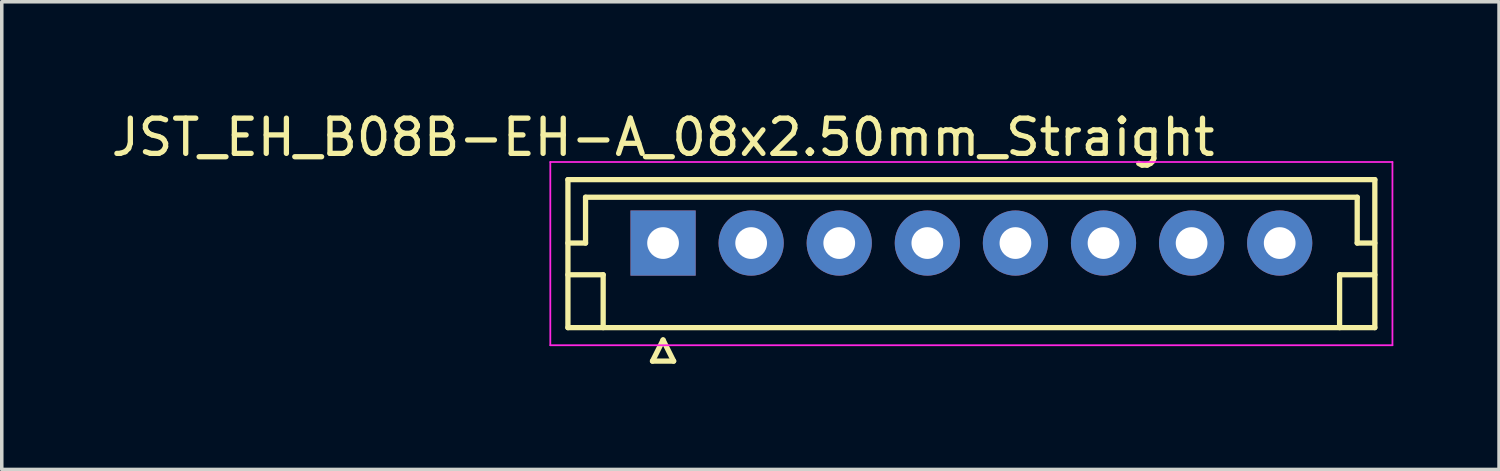
<source format=kicad_pcb>
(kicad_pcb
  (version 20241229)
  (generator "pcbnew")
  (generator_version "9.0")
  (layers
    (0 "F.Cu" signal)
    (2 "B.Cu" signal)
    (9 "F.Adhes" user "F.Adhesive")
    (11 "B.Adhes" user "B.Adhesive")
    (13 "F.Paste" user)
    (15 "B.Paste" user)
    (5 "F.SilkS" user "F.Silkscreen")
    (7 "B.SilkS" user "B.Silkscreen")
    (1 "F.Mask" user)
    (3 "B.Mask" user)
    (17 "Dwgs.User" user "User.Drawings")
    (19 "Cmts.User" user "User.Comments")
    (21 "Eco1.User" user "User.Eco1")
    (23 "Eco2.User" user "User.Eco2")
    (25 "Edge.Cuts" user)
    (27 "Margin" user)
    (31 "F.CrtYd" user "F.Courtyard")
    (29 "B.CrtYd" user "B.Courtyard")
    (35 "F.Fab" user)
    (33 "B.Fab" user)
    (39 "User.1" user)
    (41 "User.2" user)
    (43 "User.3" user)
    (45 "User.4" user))
  (footprint "JST_EH_B08B-EH-A_08x2.50mm_Straight"
    (layer "F.Cu")
    (at 15.768 3.848)
    (property "Reference" "JST_EH_B08B-EH-A_08x2.50mm_Straight" (at 0 -3 0) (layer "F.SilkS") (effects (font (size 1 1) (thickness 0.15))))
    (attr through_hole)
    (fp_line (start -2.7 -1.8) (end -2.7 2.4) (stroke (width 0.15) (type solid)) (layer "F.SilkS"))
    (fp_line (start -2.7 0) (end -2.2 0) (stroke (width 0.15) (type solid)) (layer "F.SilkS"))
    (fp_line (start -2.7 0.9) (end -1.7 0.9) (stroke (width 0.15) (type solid)) (layer "F.SilkS"))
    (fp_line (start -2.7 2.4) (end 20.2 2.4) (stroke (width 0.15) (type solid)) (layer "F.SilkS"))
    (fp_line (start -2.2 -1.3) (end 19.7 -1.3) (stroke (width 0.15) (type solid)) (layer "F.SilkS"))
    (fp_line (start -2.2 0) (end -2.2 -1.3) (stroke (width 0.15) (type solid)) (layer "F.SilkS"))
    (fp_line (start -1.7 0.9) (end -1.7 2.4) (stroke (width 0.15) (type solid)) (layer "F.SilkS"))
    (fp_line (start -0.3 3.35) (end 0.3 3.35) (stroke (width 0.15) (type solid)) (layer "F.SilkS"))
    (fp_line (start 0 2.75) (end -0.3 3.35) (stroke (width 0.15) (type solid)) (layer "F.SilkS"))
    (fp_line (start 0.3 3.35) (end 0 2.75) (stroke (width 0.15) (type solid)) (layer "F.SilkS"))
    (fp_line (start 19.2 0.9) (end 19.2 2.4) (stroke (width 0.15) (type solid)) (layer "F.SilkS"))
    (fp_line (start 19.7 -1.3) (end 19.7 0) (stroke (width 0.15) (type solid)) (layer "F.SilkS"))
    (fp_line (start 19.7 0) (end 20.2 0) (stroke (width 0.15) (type solid)) (layer "F.SilkS"))
    (fp_line (start 20.2 -1.8) (end -2.7 -1.8) (stroke (width 0.15) (type solid)) (layer "F.SilkS"))
    (fp_line (start 20.2 0.9) (end 19.2 0.9) (stroke (width 0.15) (type solid)) (layer "F.SilkS"))
    (fp_line (start 20.2 2.4) (end 20.2 -1.8) (stroke (width 0.15) (type solid)) (layer "F.SilkS"))
    (fp_line (start -3.2 -2.3) (end -3.2 2.9) (stroke (width 0.05) (type solid)) (layer "F.CrtYd"))
    (fp_line (start -3.2 2.9) (end 20.7 2.9) (stroke (width 0.05) (type solid)) (layer "F.CrtYd"))
    (fp_line (start 20.7 -2.3) (end -3.2 -2.3) (stroke (width 0.05) (type solid)) (layer "F.CrtYd"))
    (fp_line (start 20.7 2.9) (end 20.7 -2.3) (stroke (width 0.05) (type solid)) (layer "F.CrtYd"))
    (pad "1" thru_hole rect (at 0 0) (size 1.85 1.85) (drill 0.9) (layers "*.Cu" "*.Mask"))
    (pad "2" thru_hole circle (at 2.5 0) (size 1.85 1.85) (drill 0.9) (layers "*.Cu" "*.Mask"))
    (pad "3" thru_hole circle (at 5 0) (size 1.85 1.85) (drill 0.9) (layers "*.Cu" "*.Mask"))
    (pad "4" thru_hole circle (at 7.5 0) (size 1.85 1.85) (drill 0.9) (layers "*.Cu" "*.Mask"))
    (pad "5" thru_hole circle (at 10 0) (size 1.85 1.85) (drill 0.9) (layers "*.Cu" "*.Mask"))
    (pad "6" thru_hole circle (at 12.5 0) (size 1.85 1.85) (drill 0.9) (layers "*.Cu" "*.Mask"))
    (pad "7" thru_hole circle (at 15 0) (size 1.85 1.85) (drill 0.9) (layers "*.Cu" "*.Mask"))
    (pad "8" thru_hole circle (at 17.5 0) (size 1.85 1.85) (drill 0.9) (layers "*.Cu" "*.Mask")))
  (gr_rect
    (start -3 -3)
    (end 39.493 10.273)
    (stroke (width 0.1) (type default))
    (fill no)
    (layer "Edge.Cuts")))
</source>
